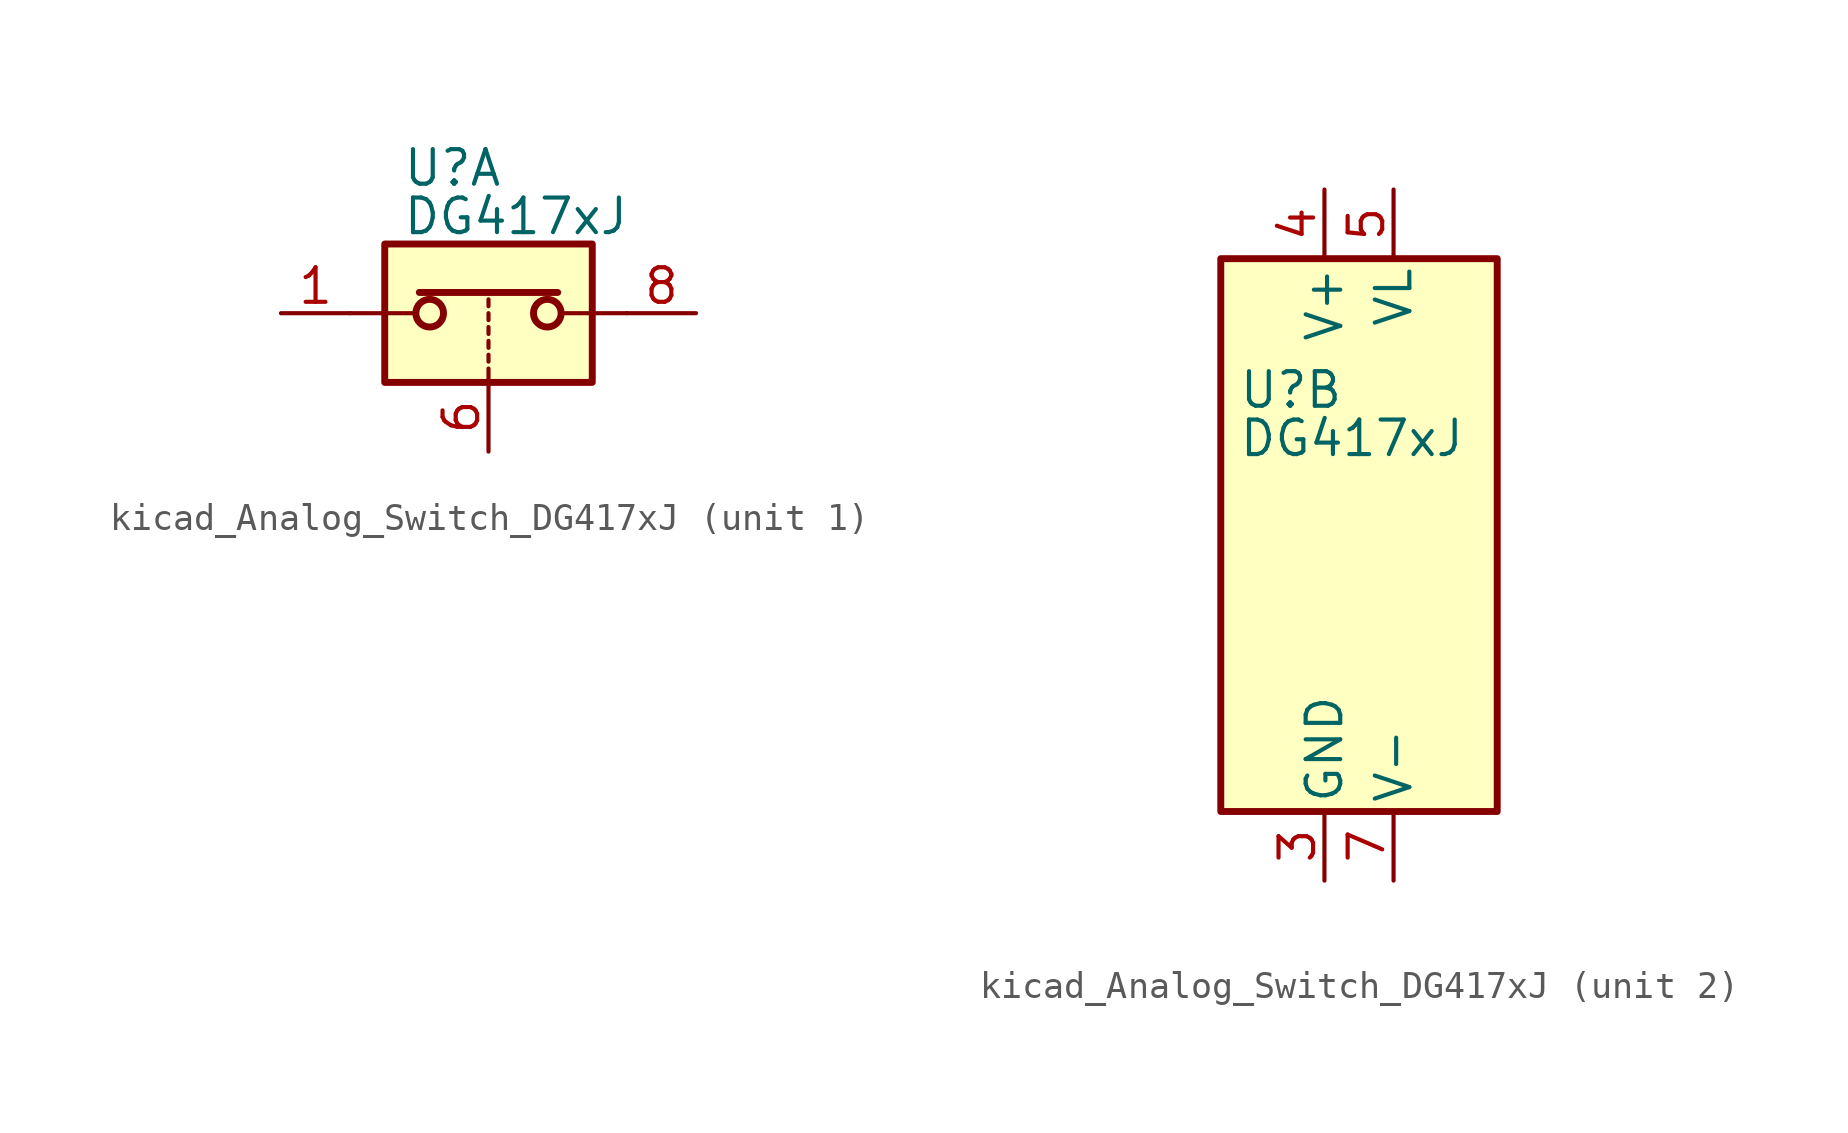
<source format=kicad_sym>
(kicad_symbol_lib
  (version 20220914)
  (generator kicad_symbol_editor)
  (symbol "kicad_Analog_Switch_DG417xJ"
    (pin_names
      (offset 0.254))
    (property "Reference" "U"
      (at -3.175 5.334 0)
      (effects (font (size 1.27 1.27)) (justify left)))
    (property "Value" "DG417xJ"
      (at -3.175 3.556 0)
      (effects (font (size 1.27 1.27)) (justify left)))
    (symbol "kicad_Analog_Switch_DG417xJ_1_1"
      (rectangle (start -3.81 2.54) (end 3.81 -2.54) (stroke (width 0.254) (type default)) (fill (type background)))
      (circle (center -2.159 0) (radius 0.508) (stroke (width 0.254) (type default)) (fill (type none)))
      (polyline (pts (xy -5.08 0) (xy -2.794 0)) (stroke (width 0) (type default)) (fill (type none)))
      (polyline (pts (xy -2.54 0.762) (xy 2.54 0.762)) (stroke (width 0.254) (type default)) (fill (type none)))
      (polyline (pts (xy 0 -2.54) (xy 0 -2.032)) (stroke (width 0) (type default)) (fill (type none)))
      (polyline (pts (xy 0 -1.778) (xy 0 -1.524)) (stroke (width 0) (type default)) (fill (type none)))
      (polyline (pts (xy 0 -1.27) (xy 0 -1.016)) (stroke (width 0) (type default)) (fill (type none)))
      (polyline (pts (xy 0 -0.762) (xy 0 -0.508)) (stroke (width 0) (type default)) (fill (type none)))
      (polyline (pts (xy 0 -0.254) (xy 0 0)) (stroke (width 0) (type default)) (fill (type none)))
      (polyline (pts (xy 0 0.254) (xy 0 0.508)) (stroke (width 0) (type default)) (fill (type none)))
      (polyline (pts (xy 5.08 0) (xy 2.794 0)) (stroke (width 0) (type default)) (fill (type none)))
      (circle (center 2.159 0) (radius 0.508) (stroke (width 0.254) (type default)) (fill (type none)))
      (pin passive line (at -7.62 0 0) (length 2.54) (name "~" (effects (font (size 1.27 1.27)))) (number "1" (effects (font (size 1.27 1.27)))))
      (pin input line (at 0 -5.08 90) (length 2.54) (name "~" (effects (font (size 1.27 1.27)))) (number "6" (effects (font (size 1.27 1.27)))))
      (pin passive line (at 7.62 0 180) (length 2.54) (name "~" (effects (font (size 1.27 1.27)))) (number "8" (effects (font (size 1.27 1.27))))))
    (symbol "kicad_Analog_Switch_DG417xJ_2_0"
      (pin no_connect line (at -2.54 10.16 270) (length 2.54) hide (name "NC" (effects (font (size 1.27 1.27)))) (number "2" (effects (font (size 1.27 1.27)))))
      (pin power_in line (at 0 -12.7 90) (length 2.54) (name "GND" (effects (font (size 1.27 1.27)))) (number "3" (effects (font (size 1.27 1.27)))))
      (pin power_in line (at 0 12.7 270) (length 2.54) (name "V+" (effects (font (size 1.27 1.27)))) (number "4" (effects (font (size 1.27 1.27)))))
      (pin power_in line (at 2.54 12.7 270) (length 2.54) (name "VL" (effects (font (size 1.27 1.27)))) (number "5" (effects (font (size 1.27 1.27)))))
      (pin power_in line (at 2.54 -12.7 90) (length 2.54) (name "V-" (effects (font (size 1.27 1.27)))) (number "7" (effects (font (size 1.27 1.27))))))
    (symbol "kicad_Analog_Switch_DG417xJ_2_1"
      (rectangle (start -3.81 10.16) (end 6.35 -10.16) (stroke (width 0.254) (type default)) (fill (type background))))))
</source>
